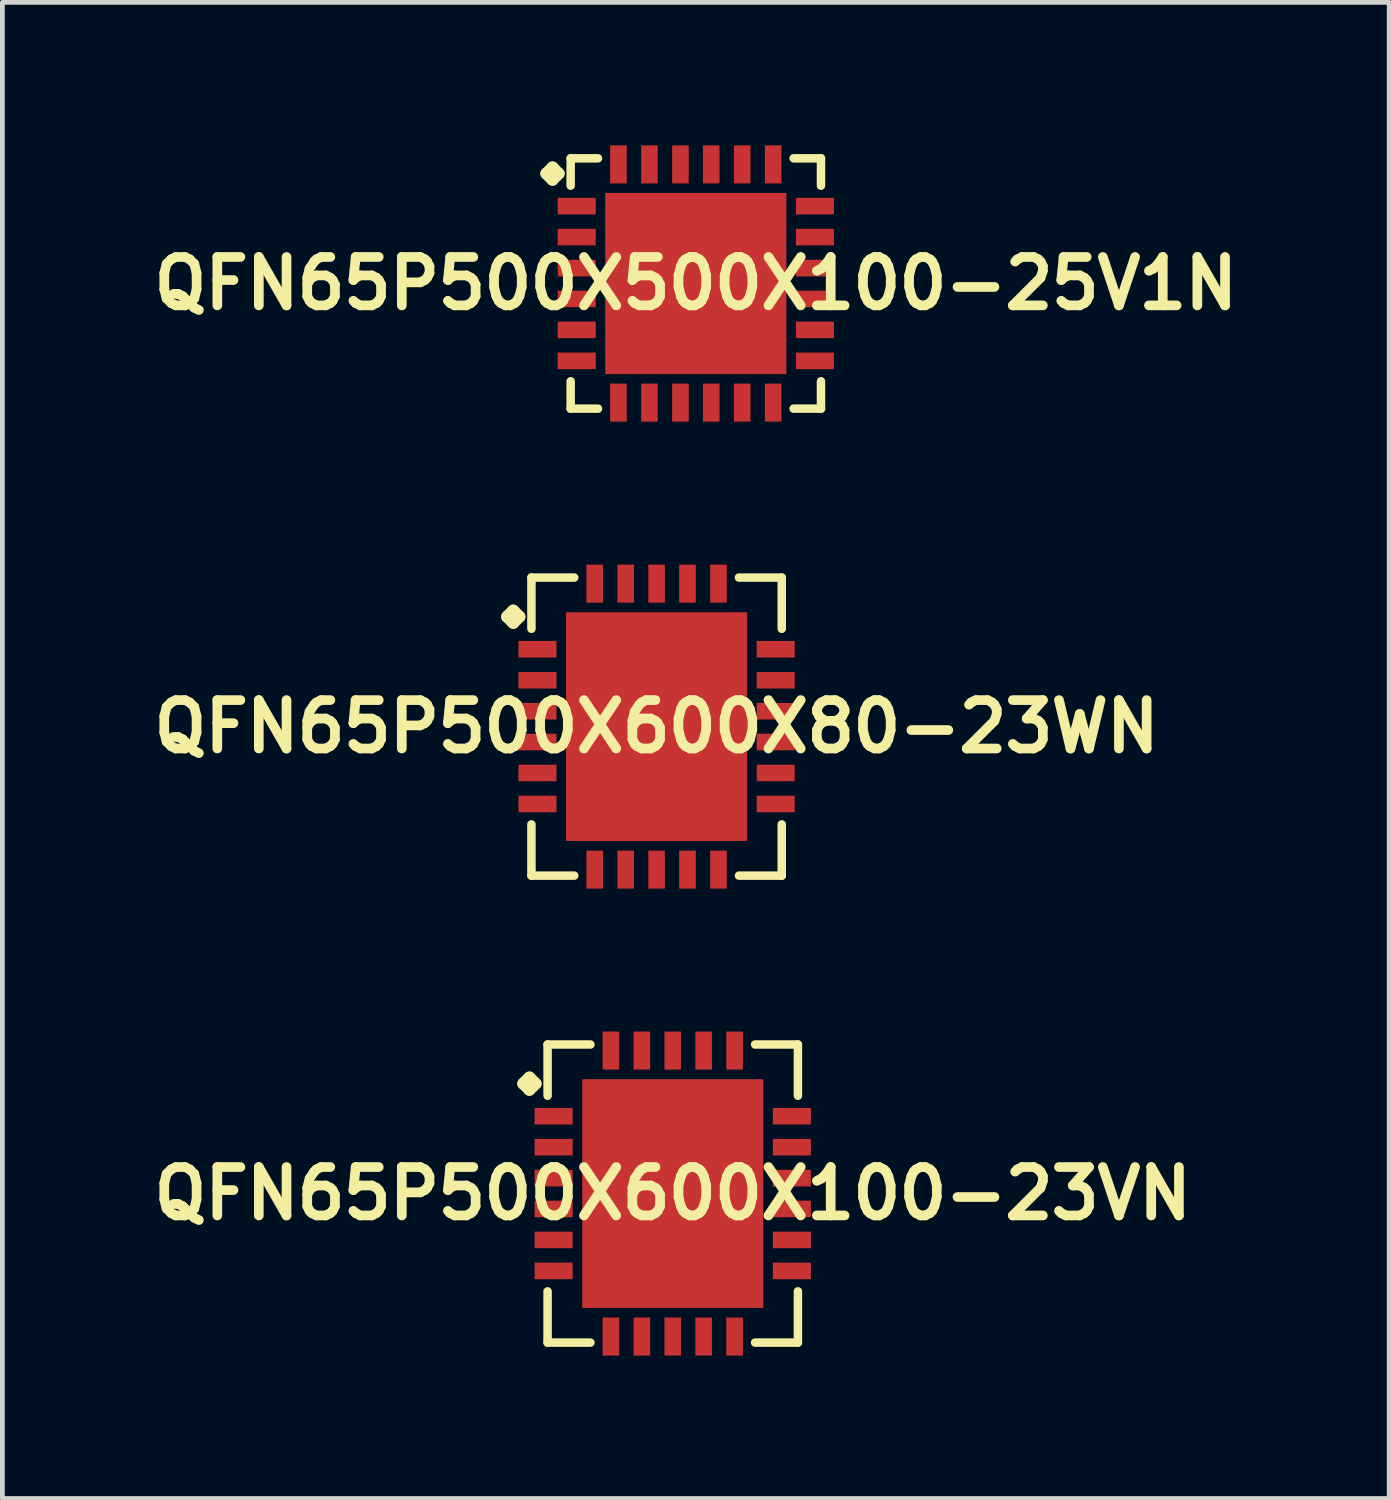
<source format=kicad_pcb>
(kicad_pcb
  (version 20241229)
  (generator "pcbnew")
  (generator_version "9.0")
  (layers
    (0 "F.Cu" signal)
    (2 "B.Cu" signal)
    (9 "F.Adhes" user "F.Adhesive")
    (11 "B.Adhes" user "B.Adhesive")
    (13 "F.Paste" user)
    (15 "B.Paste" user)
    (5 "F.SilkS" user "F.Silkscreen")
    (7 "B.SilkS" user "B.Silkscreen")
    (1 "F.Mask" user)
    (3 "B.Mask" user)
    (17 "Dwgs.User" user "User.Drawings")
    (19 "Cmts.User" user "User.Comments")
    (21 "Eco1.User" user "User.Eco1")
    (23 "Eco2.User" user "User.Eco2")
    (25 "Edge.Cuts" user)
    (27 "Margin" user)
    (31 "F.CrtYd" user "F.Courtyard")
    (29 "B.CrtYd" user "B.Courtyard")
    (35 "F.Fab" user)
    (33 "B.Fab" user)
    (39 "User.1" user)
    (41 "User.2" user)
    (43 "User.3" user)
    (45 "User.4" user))
  (footprint "QFN65P500X500X100-25V1N"
    (layer "F.Cu")
    (at 11.549 2.898)
    (property "Reference" "QFN65P500X500X100-25V1N" (at 0 0 0) (layer "F.SilkS") (effects (font (size 1.016 1.016) (thickness 0.203))))
    (attr smd)
    (fp_line (start -3.134 -2.306) (end -3.007 -2.433) (stroke (width 0.254) (type solid)) (layer "F.SilkS"))
    (fp_line (start -3.007 -2.433) (end -2.88 -2.306) (stroke (width 0.254) (type solid)) (layer "F.SilkS"))
    (fp_line (start -3.007 -2.179) (end -3.134 -2.306) (stroke (width 0.254) (type solid)) (layer "F.SilkS"))
    (fp_line (start -2.88 -2.306) (end -3.007 -2.179) (stroke (width 0.254) (type solid)) (layer "F.SilkS"))
    (fp_line (start -2.626 -2.626) (end -2.052 -2.626) (stroke (width 0.178) (type solid)) (layer "F.SilkS"))
    (fp_line (start -2.626 -2.052) (end -2.626 -2.626) (stroke (width 0.178) (type solid)) (layer "F.SilkS"))
    (fp_line (start -2.626 2.052) (end -2.626 2.626) (stroke (width 0.178) (type solid)) (layer "F.SilkS"))
    (fp_line (start -2.626 2.626) (end -2.052 2.626) (stroke (width 0.178) (type solid)) (layer "F.SilkS"))
    (fp_line (start 2.052 -2.626) (end 2.626 -2.626) (stroke (width 0.178) (type solid)) (layer "F.SilkS"))
    (fp_line (start 2.052 2.626) (end 2.626 2.626) (stroke (width 0.178) (type solid)) (layer "F.SilkS"))
    (fp_line (start 2.626 -2.626) (end 2.626 -2.052) (stroke (width 0.178) (type solid)) (layer "F.SilkS"))
    (fp_line (start 2.626 2.626) (end 2.626 2.052) (stroke (width 0.178) (type solid)) (layer "F.SilkS"))
    (pad "1" smd rect (at -2.499 -1.623) (size 0.798 0.348) (layers "F.Cu" "F.Mask" "F.Paste"))
    (pad "2" smd rect (at -2.499 -0.973) (size 0.798 0.348) (layers "F.Cu" "F.Mask" "F.Paste"))
    (pad "3" smd rect (at -2.499 -0.323) (size 0.798 0.348) (layers "F.Cu" "F.Mask" "F.Paste"))
    (pad "4" smd rect (at -2.499 0.323) (size 0.798 0.348) (layers "F.Cu" "F.Mask" "F.Paste"))
    (pad "5" smd rect (at -2.499 0.973) (size 0.798 0.348) (layers "F.Cu" "F.Mask" "F.Paste"))
    (pad "6" smd rect (at -2.499 1.623) (size 0.798 0.348) (layers "F.Cu" "F.Mask" "F.Paste"))
    (pad "7" smd rect (at -1.623 2.499) (size 0.348 0.798) (layers "F.Cu" "F.Mask" "F.Paste"))
    (pad "8" smd rect (at -0.973 2.499) (size 0.348 0.798) (layers "F.Cu" "F.Mask" "F.Paste"))
    (pad "9" smd rect (at -0.323 2.499) (size 0.348 0.798) (layers "F.Cu" "F.Mask" "F.Paste"))
    (pad "10" smd rect (at 0.323 2.499) (size 0.348 0.798) (layers "F.Cu" "F.Mask" "F.Paste"))
    (pad "11" smd rect (at 0.973 2.499) (size 0.348 0.798) (layers "F.Cu" "F.Mask" "F.Paste"))
    (pad "12" smd rect (at 1.623 2.499) (size 0.348 0.798) (layers "F.Cu" "F.Mask" "F.Paste"))
    (pad "13" smd rect (at 2.499 1.623) (size 0.798 0.348) (layers "F.Cu" "F.Mask" "F.Paste"))
    (pad "14" smd rect (at 2.499 0.973) (size 0.798 0.348) (layers "F.Cu" "F.Mask" "F.Paste"))
    (pad "15" smd rect (at 2.499 0.323) (size 0.798 0.348) (layers "F.Cu" "F.Mask" "F.Paste"))
    (pad "16" smd rect (at 2.499 -0.323) (size 0.798 0.348) (layers "F.Cu" "F.Mask" "F.Paste"))
    (pad "17" smd rect (at 2.499 -0.973) (size 0.798 0.348) (layers "F.Cu" "F.Mask" "F.Paste"))
    (pad "18" smd rect (at 2.499 -1.623) (size 0.798 0.348) (layers "F.Cu" "F.Mask" "F.Paste"))
    (pad "19" smd rect (at 1.623 -2.499) (size 0.348 0.798) (layers "F.Cu" "F.Mask" "F.Paste"))
    (pad "20" smd rect (at 0.973 -2.499) (size 0.348 0.798) (layers "F.Cu" "F.Mask" "F.Paste"))
    (pad "21" smd rect (at 0.323 -2.499) (size 0.348 0.798) (layers "F.Cu" "F.Mask" "F.Paste"))
    (pad "22" smd rect (at -0.323 -2.499) (size 0.348 0.798) (layers "F.Cu" "F.Mask" "F.Paste"))
    (pad "23" smd rect (at -0.973 -2.499) (size 0.348 0.798) (layers "F.Cu" "F.Mask" "F.Paste"))
    (pad "24" smd rect (at -1.623 -2.499) (size 0.348 0.798) (layers "F.Cu" "F.Mask" "F.Paste"))
    (pad "25" smd rect (at 0 0) (size 3.8 3.8) (layers "F.Cu" "F.Mask" "F.Paste")))
  (footprint "QFN65P500X600X80-23WN"
    (layer "F.Cu")
    (at 10.726 12.195)
    (property "Reference" "QFN65P500X600X80-23WN" (at 0 0 0) (layer "F.SilkS") (effects (font (size 1.016 1.016) (thickness 0.203))))
    (attr smd)
    (fp_line (start -3.134 -2.306) (end -3.007 -2.433) (stroke (width 0.254) (type solid)) (layer "F.SilkS"))
    (fp_line (start -3.007 -2.433) (end -2.88 -2.306) (stroke (width 0.254) (type solid)) (layer "F.SilkS"))
    (fp_line (start -3.007 -2.179) (end -3.134 -2.306) (stroke (width 0.254) (type solid)) (layer "F.SilkS"))
    (fp_line (start -2.88 -2.306) (end -3.007 -2.179) (stroke (width 0.254) (type solid)) (layer "F.SilkS"))
    (fp_line (start -2.626 -3.127) (end -1.727 -3.127) (stroke (width 0.178) (type solid)) (layer "F.SilkS"))
    (fp_line (start -2.626 -2.052) (end -2.626 -3.127) (stroke (width 0.178) (type solid)) (layer "F.SilkS"))
    (fp_line (start -2.626 2.052) (end -2.626 3.127) (stroke (width 0.178) (type solid)) (layer "F.SilkS"))
    (fp_line (start -2.626 3.127) (end -1.727 3.127) (stroke (width 0.178) (type solid)) (layer "F.SilkS"))
    (fp_line (start 1.727 -3.127) (end 2.626 -3.127) (stroke (width 0.178) (type solid)) (layer "F.SilkS"))
    (fp_line (start 1.727 3.127) (end 2.626 3.127) (stroke (width 0.178) (type solid)) (layer "F.SilkS"))
    (fp_line (start 2.626 -3.127) (end 2.626 -2.052) (stroke (width 0.178) (type solid)) (layer "F.SilkS"))
    (fp_line (start 2.626 3.127) (end 2.626 2.052) (stroke (width 0.178) (type solid)) (layer "F.SilkS"))
    (pad "1" smd rect (at -2.499 -1.623) (size 0.798 0.348) (layers "F.Cu" "F.Mask" "F.Paste"))
    (pad "2" smd rect (at -2.499 -0.973) (size 0.798 0.348) (layers "F.Cu" "F.Mask" "F.Paste"))
    (pad "3" smd rect (at -2.499 -0.323) (size 0.798 0.348) (layers "F.Cu" "F.Mask" "F.Paste"))
    (pad "4" smd rect (at -2.499 0.323) (size 0.798 0.348) (layers "F.Cu" "F.Mask" "F.Paste"))
    (pad "5" smd rect (at -2.499 0.973) (size 0.798 0.348) (layers "F.Cu" "F.Mask" "F.Paste"))
    (pad "6" smd rect (at -2.499 1.623) (size 0.798 0.348) (layers "F.Cu" "F.Mask" "F.Paste"))
    (pad "7" smd rect (at -1.298 3) (size 0.348 0.798) (layers "F.Cu" "F.Mask" "F.Paste"))
    (pad "8" smd rect (at -0.648 3) (size 0.348 0.798) (layers "F.Cu" "F.Mask" "F.Paste"))
    (pad "9" smd rect (at 0 3) (size 0.348 0.798) (layers "F.Cu" "F.Mask" "F.Paste"))
    (pad "10" smd rect (at 0.648 3) (size 0.348 0.798) (layers "F.Cu" "F.Mask" "F.Paste"))
    (pad "11" smd rect (at 1.298 3) (size 0.348 0.798) (layers "F.Cu" "F.Mask" "F.Paste"))
    (pad "12" smd rect (at 2.499 1.623) (size 0.798 0.348) (layers "F.Cu" "F.Mask" "F.Paste"))
    (pad "13" smd rect (at 2.499 0.973) (size 0.798 0.348) (layers "F.Cu" "F.Mask" "F.Paste"))
    (pad "14" smd rect (at 2.499 0.323) (size 0.798 0.348) (layers "F.Cu" "F.Mask" "F.Paste"))
    (pad "15" smd rect (at 2.499 -0.323) (size 0.798 0.348) (layers "F.Cu" "F.Mask" "F.Paste"))
    (pad "16" smd rect (at 2.499 -0.973) (size 0.798 0.348) (layers "F.Cu" "F.Mask" "F.Paste"))
    (pad "17" smd rect (at 2.499 -1.623) (size 0.798 0.348) (layers "F.Cu" "F.Mask" "F.Paste"))
    (pad "18" smd rect (at 1.298 -3) (size 0.348 0.798) (layers "F.Cu" "F.Mask" "F.Paste"))
    (pad "19" smd rect (at 0.648 -3) (size 0.348 0.798) (layers "F.Cu" "F.Mask" "F.Paste"))
    (pad "20" smd rect (at 0 -3) (size 0.348 0.798) (layers "F.Cu" "F.Mask" "F.Paste"))
    (pad "21" smd rect (at -0.648 -3) (size 0.348 0.798) (layers "F.Cu" "F.Mask" "F.Paste"))
    (pad "22" smd rect (at -1.298 -3) (size 0.348 0.798) (layers "F.Cu" "F.Mask" "F.Paste"))
    (pad "23" smd rect (at 0 0) (size 3.8 4.798) (layers "F.Cu" "F.Mask" "F.Paste")))
  (footprint "QFN65P500X600X100-23VN"
    (layer "F.Cu")
    (at 11.065 21.992)
    (property "Reference" "QFN65P500X600X100-23VN" (at 0 0 0) (layer "F.SilkS") (effects (font (size 1.016 1.016) (thickness 0.203))))
    (attr smd)
    (fp_line (start -3.134 -2.306) (end -3.007 -2.433) (stroke (width 0.254) (type solid)) (layer "F.SilkS"))
    (fp_line (start -3.007 -2.433) (end -2.88 -2.306) (stroke (width 0.254) (type solid)) (layer "F.SilkS"))
    (fp_line (start -3.007 -2.179) (end -3.134 -2.306) (stroke (width 0.254) (type solid)) (layer "F.SilkS"))
    (fp_line (start -2.88 -2.306) (end -3.007 -2.179) (stroke (width 0.254) (type solid)) (layer "F.SilkS"))
    (fp_line (start -2.626 -3.127) (end -1.727 -3.127) (stroke (width 0.178) (type solid)) (layer "F.SilkS"))
    (fp_line (start -2.626 -2.052) (end -2.626 -3.127) (stroke (width 0.178) (type solid)) (layer "F.SilkS"))
    (fp_line (start -2.626 2.052) (end -2.626 3.127) (stroke (width 0.178) (type solid)) (layer "F.SilkS"))
    (fp_line (start -2.626 3.127) (end -1.727 3.127) (stroke (width 0.178) (type solid)) (layer "F.SilkS"))
    (fp_line (start 1.727 -3.127) (end 2.626 -3.127) (stroke (width 0.178) (type solid)) (layer "F.SilkS"))
    (fp_line (start 1.727 3.127) (end 2.626 3.127) (stroke (width 0.178) (type solid)) (layer "F.SilkS"))
    (fp_line (start 2.626 -3.127) (end 2.626 -2.052) (stroke (width 0.178) (type solid)) (layer "F.SilkS"))
    (fp_line (start 2.626 3.127) (end 2.626 2.052) (stroke (width 0.178) (type solid)) (layer "F.SilkS"))
    (pad "1" smd rect (at -2.499 -1.623) (size 0.798 0.348) (layers "F.Cu" "F.Mask" "F.Paste"))
    (pad "2" smd rect (at -2.499 -0.973) (size 0.798 0.348) (layers "F.Cu" "F.Mask" "F.Paste"))
    (pad "3" smd rect (at -2.499 -0.323) (size 0.798 0.348) (layers "F.Cu" "F.Mask" "F.Paste"))
    (pad "4" smd rect (at -2.499 0.323) (size 0.798 0.348) (layers "F.Cu" "F.Mask" "F.Paste"))
    (pad "5" smd rect (at -2.499 0.973) (size 0.798 0.348) (layers "F.Cu" "F.Mask" "F.Paste"))
    (pad "6" smd rect (at -2.499 1.623) (size 0.798 0.348) (layers "F.Cu" "F.Mask" "F.Paste"))
    (pad "7" smd rect (at -1.298 3) (size 0.348 0.798) (layers "F.Cu" "F.Mask" "F.Paste"))
    (pad "8" smd rect (at -0.648 3) (size 0.348 0.798) (layers "F.Cu" "F.Mask" "F.Paste"))
    (pad "9" smd rect (at 0 3) (size 0.348 0.798) (layers "F.Cu" "F.Mask" "F.Paste"))
    (pad "10" smd rect (at 0.648 3) (size 0.348 0.798) (layers "F.Cu" "F.Mask" "F.Paste"))
    (pad "11" smd rect (at 1.298 3) (size 0.348 0.798) (layers "F.Cu" "F.Mask" "F.Paste"))
    (pad "12" smd rect (at 2.499 1.623) (size 0.798 0.348) (layers "F.Cu" "F.Mask" "F.Paste"))
    (pad "13" smd rect (at 2.499 0.973) (size 0.798 0.348) (layers "F.Cu" "F.Mask" "F.Paste"))
    (pad "14" smd rect (at 2.499 0.323) (size 0.798 0.348) (layers "F.Cu" "F.Mask" "F.Paste"))
    (pad "15" smd rect (at 2.499 -0.323) (size 0.798 0.348) (layers "F.Cu" "F.Mask" "F.Paste"))
    (pad "16" smd rect (at 2.499 -0.973) (size 0.798 0.348) (layers "F.Cu" "F.Mask" "F.Paste"))
    (pad "17" smd rect (at 2.499 -1.623) (size 0.798 0.348) (layers "F.Cu" "F.Mask" "F.Paste"))
    (pad "18" smd rect (at 1.298 -3) (size 0.348 0.798) (layers "F.Cu" "F.Mask" "F.Paste"))
    (pad "19" smd rect (at 0.648 -3) (size 0.348 0.798) (layers "F.Cu" "F.Mask" "F.Paste"))
    (pad "20" smd rect (at 0 -3) (size 0.348 0.798) (layers "F.Cu" "F.Mask" "F.Paste"))
    (pad "21" smd rect (at -0.648 -3) (size 0.348 0.798) (layers "F.Cu" "F.Mask" "F.Paste"))
    (pad "22" smd rect (at -1.298 -3) (size 0.348 0.798) (layers "F.Cu" "F.Mask" "F.Paste"))
    (pad "23" smd rect (at 0 0) (size 3.8 4.798) (layers "F.Cu" "F.Mask" "F.Paste")))
  (gr_rect
    (start -3 -3)
    (end 26.097 28.39)
    (stroke (width 0.1) (type default))
    (fill no)
    (layer "Edge.Cuts")))
</source>
